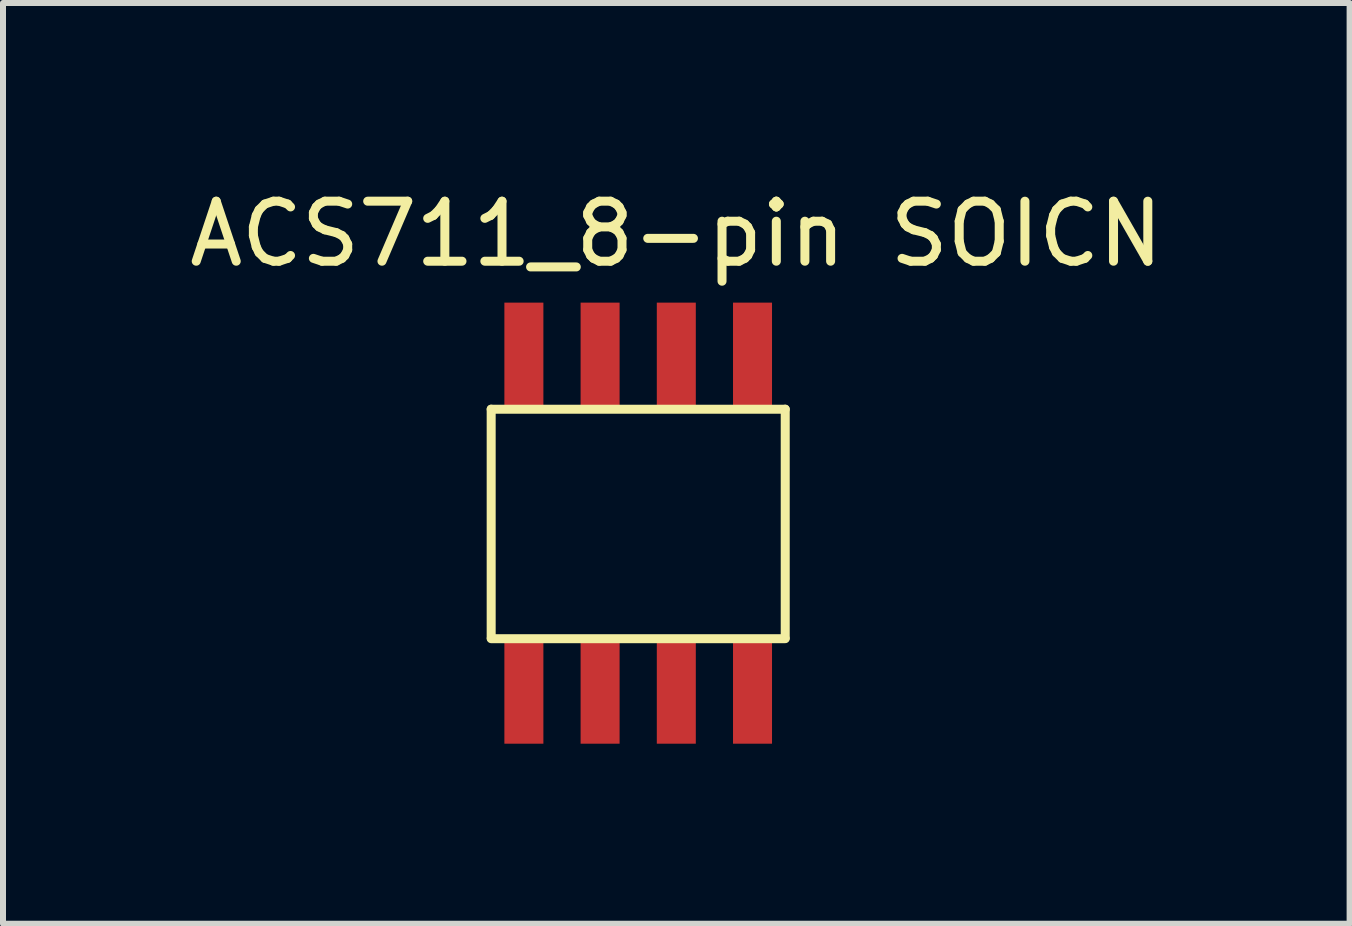
<source format=kicad_pcb>
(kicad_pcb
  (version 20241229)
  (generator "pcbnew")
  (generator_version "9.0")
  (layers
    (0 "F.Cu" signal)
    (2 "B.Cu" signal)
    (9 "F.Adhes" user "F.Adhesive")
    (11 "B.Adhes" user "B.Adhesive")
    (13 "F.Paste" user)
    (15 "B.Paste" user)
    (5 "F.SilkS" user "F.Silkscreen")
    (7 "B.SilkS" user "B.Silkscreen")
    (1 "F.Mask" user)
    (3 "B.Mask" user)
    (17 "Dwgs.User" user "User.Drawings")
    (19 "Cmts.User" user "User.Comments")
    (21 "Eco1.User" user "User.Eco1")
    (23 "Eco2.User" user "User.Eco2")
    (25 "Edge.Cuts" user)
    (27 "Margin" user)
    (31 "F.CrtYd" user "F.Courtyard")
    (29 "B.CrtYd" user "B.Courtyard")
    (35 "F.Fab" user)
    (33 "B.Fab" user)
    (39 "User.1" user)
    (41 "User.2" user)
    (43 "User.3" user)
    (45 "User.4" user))
  (footprint "ACS711_8-pin SOICN"
    (layer "F.Cu")
    (at 5.68 8.468)
    (property "Reference" "ACS711_8-pin SOICN" (at 2.54 -7.62 0) (layer "F.SilkS") (effects (font (size 1 1) (thickness 0.15))))
    (attr through_hole)
    (fp_line (start -0.545 -0.889) (end -0.545 -4.699) (stroke (width 0.15) (type solid)) (layer "F.SilkS"))
    (fp_line (start 4.355 -4.699) (end -0.545 -4.699) (stroke (width 0.15) (type solid)) (layer "F.SilkS"))
    (fp_line (start 4.355 -4.699) (end 4.355 -0.889) (stroke (width 0.15) (type solid)) (layer "F.SilkS"))
    (fp_line (start 4.355 -0.875) (end -0.545 -0.875) (stroke (width 0.15) (type solid)) (layer "F.SilkS"))
    (pad "1" smd rect (at 0 0) (size 0.65 1.75) (layers "F.Cu" "F.Mask" "F.Paste"))
    (pad "2" smd rect (at 1.27 0) (size 0.65 1.75) (layers "F.Cu" "F.Mask" "F.Paste"))
    (pad "3" smd rect (at 2.54 0) (size 0.65 1.75) (layers "F.Cu" "F.Mask" "F.Paste"))
    (pad "4" smd rect (at 3.81 0) (size 0.65 1.75) (layers "F.Cu" "F.Mask" "F.Paste"))
    (pad "5" smd rect (at 3.81 -5.6) (size 0.65 1.75) (layers "F.Cu" "F.Mask" "F.Paste"))
    (pad "6" smd rect (at 2.54 -5.6) (size 0.65 1.75) (layers "F.Cu" "F.Mask" "F.Paste"))
    (pad "7" smd rect (at 1.27 -5.6) (size 0.65 1.75) (layers "F.Cu" "F.Mask" "F.Paste"))
    (pad "8" smd rect (at 0 -5.6) (size 0.65 1.75) (layers "F.Cu" "F.Mask" "F.Paste")))
  (gr_rect
    (start -3 -3)
    (end 19.44 12.343)
    (stroke (width 0.1) (type default))
    (fill no)
    (layer "Edge.Cuts")))
</source>
